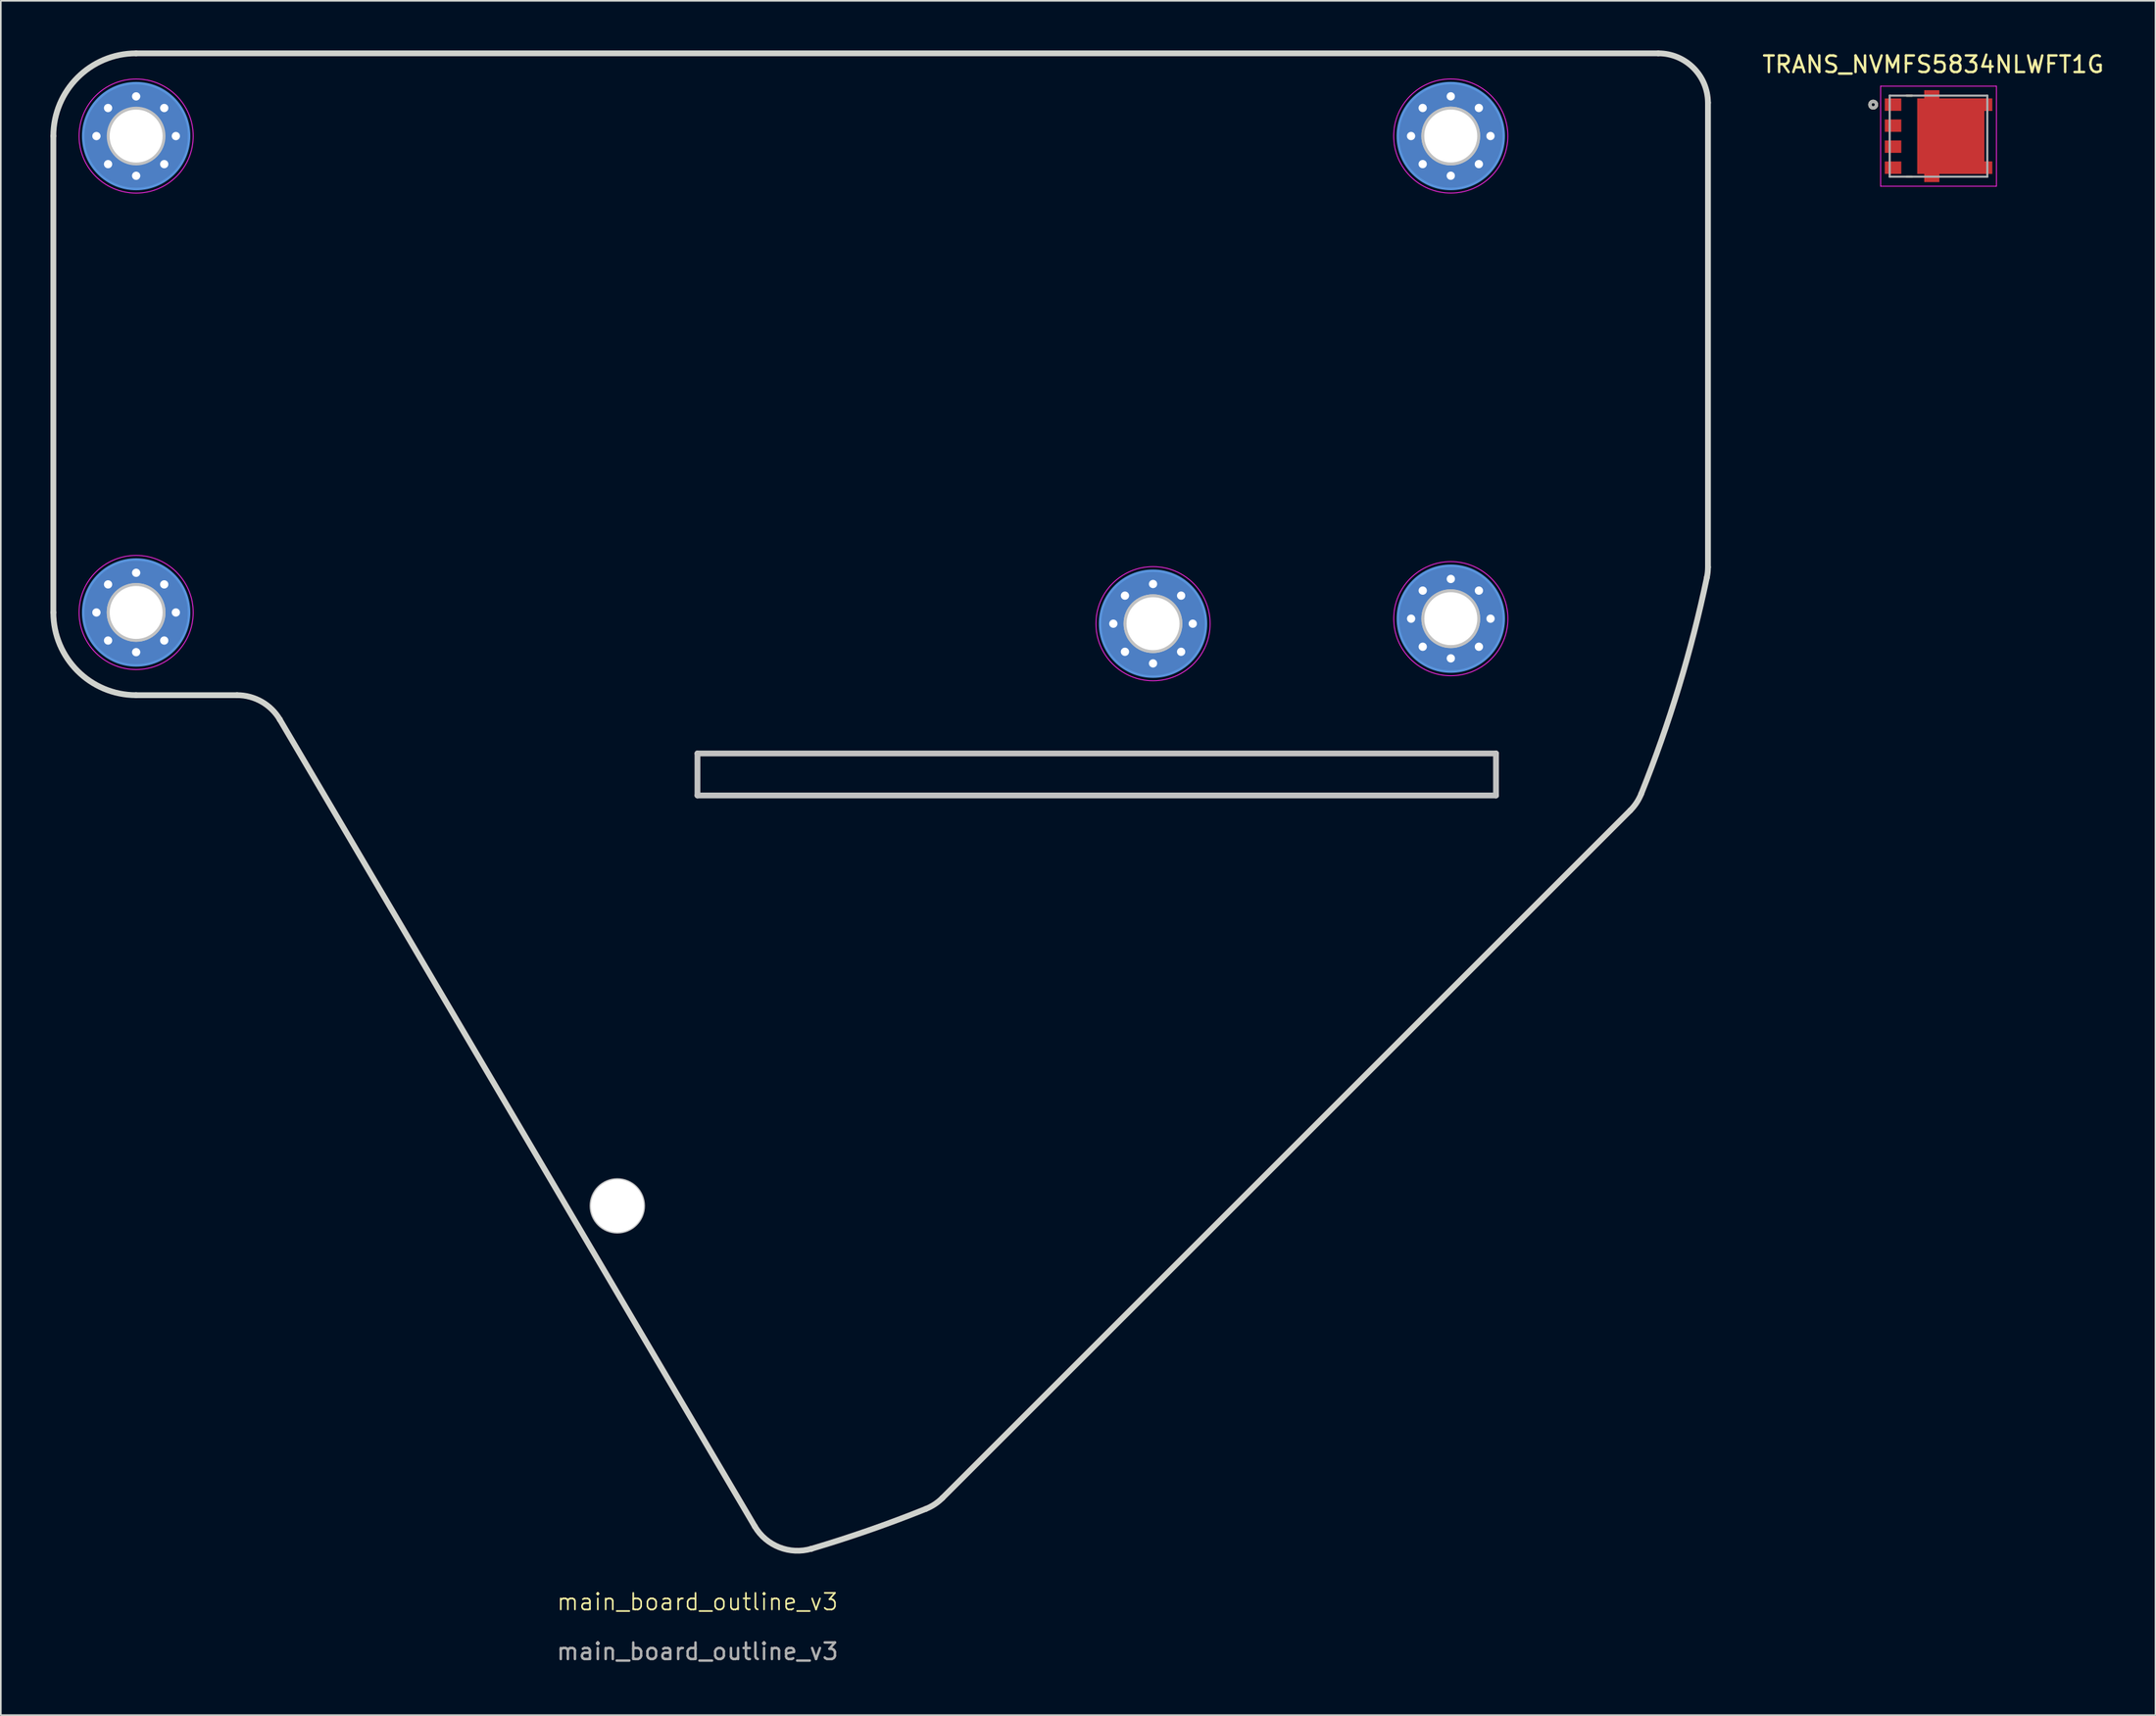
<source format=kicad_pcb>
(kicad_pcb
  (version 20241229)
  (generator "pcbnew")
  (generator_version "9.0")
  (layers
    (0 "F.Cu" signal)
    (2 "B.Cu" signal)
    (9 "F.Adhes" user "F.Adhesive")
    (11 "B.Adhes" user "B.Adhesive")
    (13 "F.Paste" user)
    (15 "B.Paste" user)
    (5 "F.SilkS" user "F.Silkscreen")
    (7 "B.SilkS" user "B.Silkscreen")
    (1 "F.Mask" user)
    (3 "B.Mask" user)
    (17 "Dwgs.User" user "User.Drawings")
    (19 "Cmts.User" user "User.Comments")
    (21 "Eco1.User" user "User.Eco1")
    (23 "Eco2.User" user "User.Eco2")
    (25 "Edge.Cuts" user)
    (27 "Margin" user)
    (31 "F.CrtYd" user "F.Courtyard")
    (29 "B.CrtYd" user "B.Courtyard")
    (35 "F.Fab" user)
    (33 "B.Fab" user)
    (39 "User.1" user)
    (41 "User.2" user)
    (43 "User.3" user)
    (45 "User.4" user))
  (footprint "TRANS_NVMFS5834NLWFT1G"
    (layer "F.Cu")
    (at 114.107 5.183)
    (property "Reference" "TRANS_NVMFS5834NLWFT1G" (at -0.323 -4.335 0) (layer "F.SilkS") (effects (font (size 1 1) (thickness 0.15))))
    (attr smd)
    (fp_poly (pts (xy -1.383 -2.38) (xy -1.383 2.38) (xy -0.958 2.38) (xy -0.958 2.875) (xy 0.147 2.875) (xy 0.147 2.38) (xy 3.348 2.38) (xy 3.348 1.43) (xy 2.873 1.43) (xy 2.873 -1.43) (xy 3.348 -1.43) (xy 3.348 -2.38) (xy 0.147 -2.38) (xy 0.147 -2.875) (xy -0.958 -2.875) (xy -0.958 -2.38)) (stroke (width 0.01) (type solid)) (fill yes) (layer "F.Mask"))
    (fp_line (start -1.603 -2.45) (end -1.927 -2.45) (stroke (width 0.127) (type solid)) (layer "F.SilkS"))
    (fp_line (start -1.603 2.45) (end -1.927 2.45) (stroke (width 0.127) (type solid)) (layer "F.SilkS"))
    (fp_circle (center -3.947 -1.905) (end -3.848 -1.905) (stroke (width 0.2) (type solid)) (fill no) (layer "F.SilkS"))
    (fp_poly (pts (xy -0.76 -1.755) (xy 0.48 -1.755) (xy 0.48 -0.265) (xy -0.76 -0.265)) (stroke (width 0.01) (type solid)) (fill yes) (layer "F.Paste"))
    (fp_poly (pts (xy -0.76 0.265) (xy 0.48 0.265) (xy 0.48 1.755) (xy -0.76 1.755)) (stroke (width 0.01) (type solid)) (fill yes) (layer "F.Paste"))
    (fp_poly (pts (xy -0.743 -2.667) (xy -0.068 -2.667) (xy -0.068 -2.402) (xy -0.743 -2.402)) (stroke (width 0.01) (type solid)) (fill yes) (layer "F.Paste"))
    (fp_poly (pts (xy -0.743 2.395) (xy -0.068 2.395) (xy -0.068 2.66) (xy -0.743 2.66)) (stroke (width 0.01) (type solid)) (fill yes) (layer "F.Paste"))
    (fp_poly (pts (xy 1.01 -1.755) (xy 2.25 -1.755) (xy 2.25 -0.265) (xy 1.01 -0.265)) (stroke (width 0.01) (type solid)) (fill yes) (layer "F.Paste"))
    (fp_poly (pts (xy 1.01 0.265) (xy 2.25 0.265) (xy 2.25 1.755) (xy 1.01 1.755)) (stroke (width 0.01) (type solid)) (fill yes) (layer "F.Paste"))
    (fp_poly (pts (xy 2.877 -2.175) (xy 3.143 -2.175) (xy 3.143 -1.635) (xy 2.877 -1.635)) (stroke (width 0.01) (type solid)) (fill yes) (layer "F.Paste"))
    (fp_poly (pts (xy 2.877 1.635) (xy 3.143 1.635) (xy 3.143 2.175) (xy 2.877 2.175)) (stroke (width 0.01) (type solid)) (fill yes) (layer "F.Paste"))
    (fp_line (start -3.498 -3.025) (end -3.498 3.025) (stroke (width 0.05) (type solid)) (layer "F.CrtYd"))
    (fp_line (start -3.498 3.025) (end 3.5 3.025) (stroke (width 0.05) (type solid)) (layer "F.CrtYd"))
    (fp_line (start 3.5 -3.025) (end -3.498 -3.025) (stroke (width 0.05) (type solid)) (layer "F.CrtYd"))
    (fp_line (start 3.5 3.025) (end 3.5 -3.025) (stroke (width 0.05) (type solid)) (layer "F.CrtYd"))
    (fp_line (start -2.95 -2.45) (end 2.95 -2.45) (stroke (width 0.127) (type solid)) (layer "F.Fab"))
    (fp_line (start -2.95 2.45) (end -2.95 -2.45) (stroke (width 0.127) (type solid)) (layer "F.Fab"))
    (fp_line (start 2.95 -2.45) (end 2.95 2.45) (stroke (width 0.127) (type solid)) (layer "F.Fab"))
    (fp_line (start 2.95 2.45) (end -2.95 2.45) (stroke (width 0.127) (type solid)) (layer "F.Fab"))
    (fp_circle (center -3.947 -1.905) (end -3.848 -1.905) (stroke (width 0.2) (type solid)) (fill no) (layer "F.Fab"))
    (pad "1" smd rect (at -2.748 -1.905) (size 1 0.75) (layers "F.Cu" "F.Mask" "F.Paste"))
    (pad "2" smd rect (at -2.748 -0.635) (size 1 0.75) (layers "F.Cu" "F.Mask" "F.Paste"))
    (pad "3" smd rect (at -2.748 0.635) (size 1 0.75) (layers "F.Cu" "F.Mask" "F.Paste"))
    (pad "4" smd rect (at -2.748 1.905) (size 1 0.75) (layers "F.Cu" "F.Mask" "F.Paste"))
    (pad "5_6" smd custom (at 0 0) (size 1 1) (layers "F.Cu") (options (anchor rect)) (primitives (gr_poly (pts (xy -1.282 -2.28) (xy -1.282 2.28) (xy -0.858 2.28) (xy -0.858 2.775) (xy 0.048 2.775) (xy 0.048 2.28) (xy 3.248 2.28) (xy 3.248 1.53) (xy 2.772 1.53) (xy 2.772 -1.53) (xy 3.248 -1.53) (xy 3.248 -2.28) (xy 0.048 -2.28) (xy 0.048 -2.775) (xy -0.858 -2.775) (xy -0.858 -2.28)) (width 0.01) (fill yes)))))
  (footprint "main_board_outline_v3"
    (layer "F.Cu")
    (at 39.103 42.508)
    (property "Reference" "main_board_outline_v3" (at 0 51.3 0) (unlocked yes) (layer "F.SilkS") (effects (font (size 1 1) (thickness 0.1))))
    (attr through_hole exclude_from_bom allow_missing_courtyard dnp)
    (fp_line (start 0 0) (end 48.26 0) (stroke (width 0.35) (type default)) (layer "Dwgs.User"))
    (fp_line (start 0 2.54) (end 0 0) (stroke (width 0.35) (type default)) (layer "Dwgs.User"))
    (fp_line (start 48.26 0) (end 48.26 2.54) (stroke (width 0.35) (type default)) (layer "Dwgs.User"))
    (fp_line (start 48.26 2.54) (end 0 2.54) (stroke (width 0.35) (type default)) (layer "Dwgs.User"))
    (fp_circle (center -33.928 -37.333) (end -32.328 -37.333) (stroke (width 0.35) (type default)) (fill no) (layer "Dwgs.User"))
    (fp_circle (center -33.928 -8.528) (end -32.328 -8.528) (stroke (width 0.35) (type default)) (fill no) (layer "Dwgs.User"))
    (fp_circle (center -33.928 -8.525) (end -32.328 -8.525) (stroke (width 0.35) (type default)) (fill no) (layer "Dwgs.User"))
    (fp_circle (center -4.844 27.355) (end -3.344 27.355) (stroke (width 0.35) (type default)) (fill no) (layer "Dwgs.User"))
    (fp_circle (center 27.529 -7.848) (end 29.129 -7.848) (stroke (width 0.35) (type default)) (fill no) (layer "Dwgs.User"))
    (fp_circle (center 27.529 -7.848) (end 29.129 -7.848) (stroke (width 0.35) (type default)) (fill no) (layer "Dwgs.User"))
    (fp_circle (center 45.523 -37.336) (end 47.123 -37.336) (stroke (width 0.35) (type default)) (fill no) (layer "Dwgs.User"))
    (fp_circle (center 45.527 -8.153) (end 47.127 -8.153) (stroke (width 0.35) (type default)) (fill no) (layer "Dwgs.User"))
    (fp_circle (center 45.527 -37.333) (end 47.127 -37.333) (stroke (width 0.35) (type default)) (fill no) (layer "Dwgs.User"))
    (fp_circle (center 45.527 -8.145) (end 47.127 -8.145) (stroke (width 0.35) (type default)) (fill no) (layer "Dwgs.User"))
    (fp_circle (center -33.925 -37.33) (end -30.725 -37.33) (stroke (width 0.15) (type solid)) (fill no) (layer "Cmts.User"))
    (fp_circle (center -33.925 -8.525) (end -30.725 -8.525) (stroke (width 0.15) (type solid)) (fill no) (layer "Cmts.User"))
    (fp_circle (center 27.533 -7.846) (end 30.733 -7.846) (stroke (width 0.15) (type solid)) (fill no) (layer "Cmts.User"))
    (fp_circle (center 45.527 -37.333) (end 48.727 -37.333) (stroke (width 0.15) (type solid)) (fill no) (layer "Cmts.User"))
    (fp_circle (center 45.53 -8.15) (end 48.73 -8.15) (stroke (width 0.15) (type solid)) (fill no) (layer "Cmts.User"))
    (fp_line (start -38.928 -37.333) (end -38.928 -8.525) (stroke (width 0.35) (type default)) (layer "Edge.Cuts"))
    (fp_line (start -33.928 -42.333) (end 58.071 -42.333) (stroke (width 0.35) (type default)) (layer "Edge.Cuts"))
    (fp_line (start -27.825 -3.525) (end -33.929 -3.525) (stroke (width 0.35) (type default)) (layer "Edge.Cuts"))
    (fp_line (start -25.239 -2.046) (end -25.239 -2.046) (stroke (width 0.35) (type default)) (layer "Edge.Cuts"))
    (fp_line (start -25.239 -2.046) (end 3.465 46.737) (stroke (width 0.35) (type default)) (layer "Edge.Cuts"))
    (fp_line (start 6.9 48.085) (end 6.9 48.085) (stroke (width 0.35) (type default)) (layer "Edge.Cuts"))
    (fp_line (start 14.805 45.016) (end 56.373 3.447) (stroke (width 0.35) (type default)) (layer "Edge.Cuts"))
    (fp_line (start 61.072 -11.264) (end 61.072 -39.351) (stroke (width 0.35) (type default)) (layer "Edge.Cuts"))
    (fp_arc (start -38.928494 -37.332891) (mid -37.464011 -40.868397) (end -33.928494 -42.332852) (stroke (width 0.35) (type default)) (layer "Edge.Cuts"))
    (fp_arc (start -33.928502 -3.525054) (mid -37.464022 -4.989532) (end -38.928494 -8.525054) (stroke (width 0.35) (type default)) (layer "Edge.Cuts"))
    (fp_arc (start -27.825102 -3.525054) (mid -26.335796 -3.129269) (end -25.239449 -2.046357) (stroke (width 0.35) (type default)) (layer "Edge.Cuts"))
    (fp_arc (start 6.900308 48.084633) (mid 4.951123 48.001638) (end 3.465167 46.737459) (stroke (width 0.35) (type default)) (layer "Edge.Cuts"))
    (fp_arc (start 13.80297 45.677674) (mid 10.379869 46.962111) (end 6.900308 48.084634) (stroke (width 0.35) (type default)) (layer "Edge.Cuts"))
    (fp_arc (start 14.804838 45.015649) (mid 14.33736 45.397292) (end 13.80297 45.677674) (stroke (width 0.35) (type default)) (layer "Edge.Cuts"))
    (fp_arc (start 57.03541 2.445234) (mid 56.755058 2.979599) (end 56.373438 3.44705) (stroke (width 0.35) (type default)) (layer "Edge.Cuts"))
    (fp_arc (start 58.071498 -42.332852) (mid 60.186459 -41.46048) (end 61.071506 -39.350791) (stroke (width 0.35) (type default)) (layer "Edge.Cuts"))
    (fp_arc (start 61.007667 -10.648582) (mid 59.309385 -4.01435) (end 57.03541 2.445234) (stroke (width 0.35) (type default)) (layer "Edge.Cuts"))
    (fp_arc (start 61.071506 -11.264191) (mid 61.055505 -10.954736) (end 61.007667 -10.648582) (stroke (width 0.35) (type default)) (layer "Edge.Cuts"))
    (fp_circle (center -33.925 -37.33) (end -30.475 -37.33) (stroke (width 0.05) (type solid)) (fill no) (layer "F.CrtYd"))
    (fp_circle (center -33.925 -8.525) (end -30.475 -8.525) (stroke (width 0.05) (type solid)) (fill no) (layer "F.CrtYd"))
    (fp_circle (center 27.533 -7.846) (end 30.983 -7.846) (stroke (width 0.05) (type solid)) (fill no) (layer "F.CrtYd"))
    (fp_circle (center 45.527 -37.333) (end 48.977 -37.333) (stroke (width 0.05) (type solid)) (fill no) (layer "F.CrtYd"))
    (fp_circle (center 45.53 -8.15) (end 48.98 -8.15) (stroke (width 0.05) (type solid)) (fill no) (layer "F.CrtYd"))
    (fp_text user "${REFERENCE}" (at 0 54.3 0) (unlocked yes) (layer "F.Fab") (effects (font (size 1 1) (thickness 0.15))))
    (pad "" np_thru_hole circle (at -4.84 27.355) (size 3.2 3.2) (drill 3.2) (layers "*.Cu" "*.Mask"))
    (pad "1" thru_hole circle (at -36.325 -37.33) (size 0.8 0.8) (drill 0.5) (layers "*.Cu" "*.Mask"))
    (pad "1" thru_hole circle (at -36.325 -8.525) (size 0.8 0.8) (drill 0.5) (layers "*.Cu" "*.Mask"))
    (pad "1" thru_hole circle (at -35.622 -39.027) (size 0.8 0.8) (drill 0.5) (layers "*.Cu" "*.Mask"))
    (pad "1" thru_hole circle (at -35.622 -35.633) (size 0.8 0.8) (drill 0.5) (layers "*.Cu" "*.Mask"))
    (pad "1" thru_hole circle (at -35.622 -10.222) (size 0.8 0.8) (drill 0.5) (layers "*.Cu" "*.Mask"))
    (pad "1" thru_hole circle (at -35.622 -6.828) (size 0.8 0.8) (drill 0.5) (layers "*.Cu" "*.Mask"))
    (pad "1" thru_hole circle (at -33.925 -39.73) (size 0.8 0.8) (drill 0.5) (layers "*.Cu" "*.Mask"))
    (pad "1" thru_hole circle (at -33.925 -34.93) (size 0.8 0.8) (drill 0.5) (layers "*.Cu" "*.Mask"))
    (pad "1" thru_hole circle (at -33.925 -10.925) (size 0.8 0.8) (drill 0.5) (layers "*.Cu" "*.Mask"))
    (pad "1" thru_hole circle (at -33.925 -6.125) (size 0.8 0.8) (drill 0.5) (layers "*.Cu" "*.Mask"))
    (pad "1" thru_hole circle (at -32.228 -39.027) (size 0.8 0.8) (drill 0.5) (layers "*.Cu" "*.Mask"))
    (pad "1" thru_hole circle (at -32.228 -35.633) (size 0.8 0.8) (drill 0.5) (layers "*.Cu" "*.Mask"))
    (pad "1" thru_hole circle (at -32.228 -10.222) (size 0.8 0.8) (drill 0.5) (layers "*.Cu" "*.Mask"))
    (pad "1" thru_hole circle (at -32.228 -6.828) (size 0.8 0.8) (drill 0.5) (layers "*.Cu" "*.Mask"))
    (pad "1" thru_hole circle (at -31.525 -37.33) (size 0.8 0.8) (drill 0.5) (layers "*.Cu" "*.Mask"))
    (pad "1" thru_hole circle (at -31.525 -8.525) (size 0.8 0.8) (drill 0.5) (layers "*.Cu" "*.Mask"))
    (pad "1" thru_hole circle (at 25.133 -7.846) (size 0.8 0.8) (drill 0.5) (layers "*.Cu" "*.Mask"))
    (pad "1" thru_hole circle (at 25.836 -9.543) (size 0.8 0.8) (drill 0.5) (layers "*.Cu" "*.Mask"))
    (pad "1" thru_hole circle (at 25.836 -6.148) (size 0.8 0.8) (drill 0.5) (layers "*.Cu" "*.Mask"))
    (pad "1" thru_hole circle (at 27.533 -10.246) (size 0.8 0.8) (drill 0.5) (layers "*.Cu" "*.Mask"))
    (pad "1" thru_hole circle (at 27.533 -5.446) (size 0.8 0.8) (drill 0.5) (layers "*.Cu" "*.Mask"))
    (pad "1" thru_hole circle (at 29.23 -9.543) (size 0.8 0.8) (drill 0.5) (layers "*.Cu" "*.Mask"))
    (pad "1" thru_hole circle (at 29.23 -6.148) (size 0.8 0.8) (drill 0.5) (layers "*.Cu" "*.Mask"))
    (pad "1" thru_hole circle (at 29.933 -7.846) (size 0.8 0.8) (drill 0.5) (layers "*.Cu" "*.Mask"))
    (pad "1" thru_hole circle (at 43.127 -37.333) (size 0.8 0.8) (drill 0.5) (layers "*.Cu" "*.Mask"))
    (pad "1" thru_hole circle (at 43.13 -8.15) (size 0.8 0.8) (drill 0.5) (layers "*.Cu" "*.Mask"))
    (pad "1" thru_hole circle (at 43.83 -39.03) (size 0.8 0.8) (drill 0.5) (layers "*.Cu" "*.Mask"))
    (pad "1" thru_hole circle (at 43.83 -35.636) (size 0.8 0.8) (drill 0.5) (layers "*.Cu" "*.Mask"))
    (pad "1" thru_hole circle (at 43.833 -9.847) (size 0.8 0.8) (drill 0.5) (layers "*.Cu" "*.Mask"))
    (pad "1" thru_hole circle (at 43.833 -6.453) (size 0.8 0.8) (drill 0.5) (layers "*.Cu" "*.Mask"))
    (pad "1" thru_hole circle (at 45.527 -39.733) (size 0.8 0.8) (drill 0.5) (layers "*.Cu" "*.Mask"))
    (pad "1" thru_hole circle (at 45.527 -34.933) (size 0.8 0.8) (drill 0.5) (layers "*.Cu" "*.Mask"))
    (pad "1" thru_hole circle (at 45.53 -10.55) (size 0.8 0.8) (drill 0.5) (layers "*.Cu" "*.Mask"))
    (pad "1" thru_hole circle (at 45.53 -5.75) (size 0.8 0.8) (drill 0.5) (layers "*.Cu" "*.Mask"))
    (pad "1" thru_hole circle (at 47.224 -39.03) (size 0.8 0.8) (drill 0.5) (layers "*.Cu" "*.Mask"))
    (pad "1" thru_hole circle (at 47.224 -35.636) (size 0.8 0.8) (drill 0.5) (layers "*.Cu" "*.Mask"))
    (pad "1" thru_hole circle (at 47.227 -9.847) (size 0.8 0.8) (drill 0.5) (layers "*.Cu" "*.Mask"))
    (pad "1" thru_hole circle (at 47.227 -6.453) (size 0.8 0.8) (drill 0.5) (layers "*.Cu" "*.Mask"))
    (pad "1" thru_hole circle (at 47.927 -37.333) (size 0.8 0.8) (drill 0.5) (layers "*.Cu" "*.Mask"))
    (pad "1" thru_hole circle (at 47.93 -8.15) (size 0.8 0.8) (drill 0.5) (layers "*.Cu" "*.Mask"))
    (pad "2" thru_hole circle (at -33.925 -37.33) (size 6.4 6.4) (drill 3.2) (layers "*.Cu" "*.Mask"))
    (pad "3" thru_hole circle (at -33.925 -8.525) (size 6.4 6.4) (drill 3.2) (layers "*.Cu" "*.Mask"))
    (pad "4" thru_hole circle (at 45.527 -37.333 90) (size 6.4 6.4) (drill 3.2) (layers "*.Cu" "*.Mask"))
    (pad "5" thru_hole circle (at 27.533 -7.846 90) (size 6.4 6.4) (drill 3.2) (layers "*.Cu" "*.Mask"))
    (pad "6" thru_hole circle (at 45.53 -8.15) (size 6.4 6.4) (drill 3.2) (layers "*.Cu" "*.Mask")))
  (gr_rect
    (start -3 -3)
    (end 127.219 100.656)
    (stroke (width 0.1) (type default))
    (fill no)
    (layer "Edge.Cuts")))
</source>
